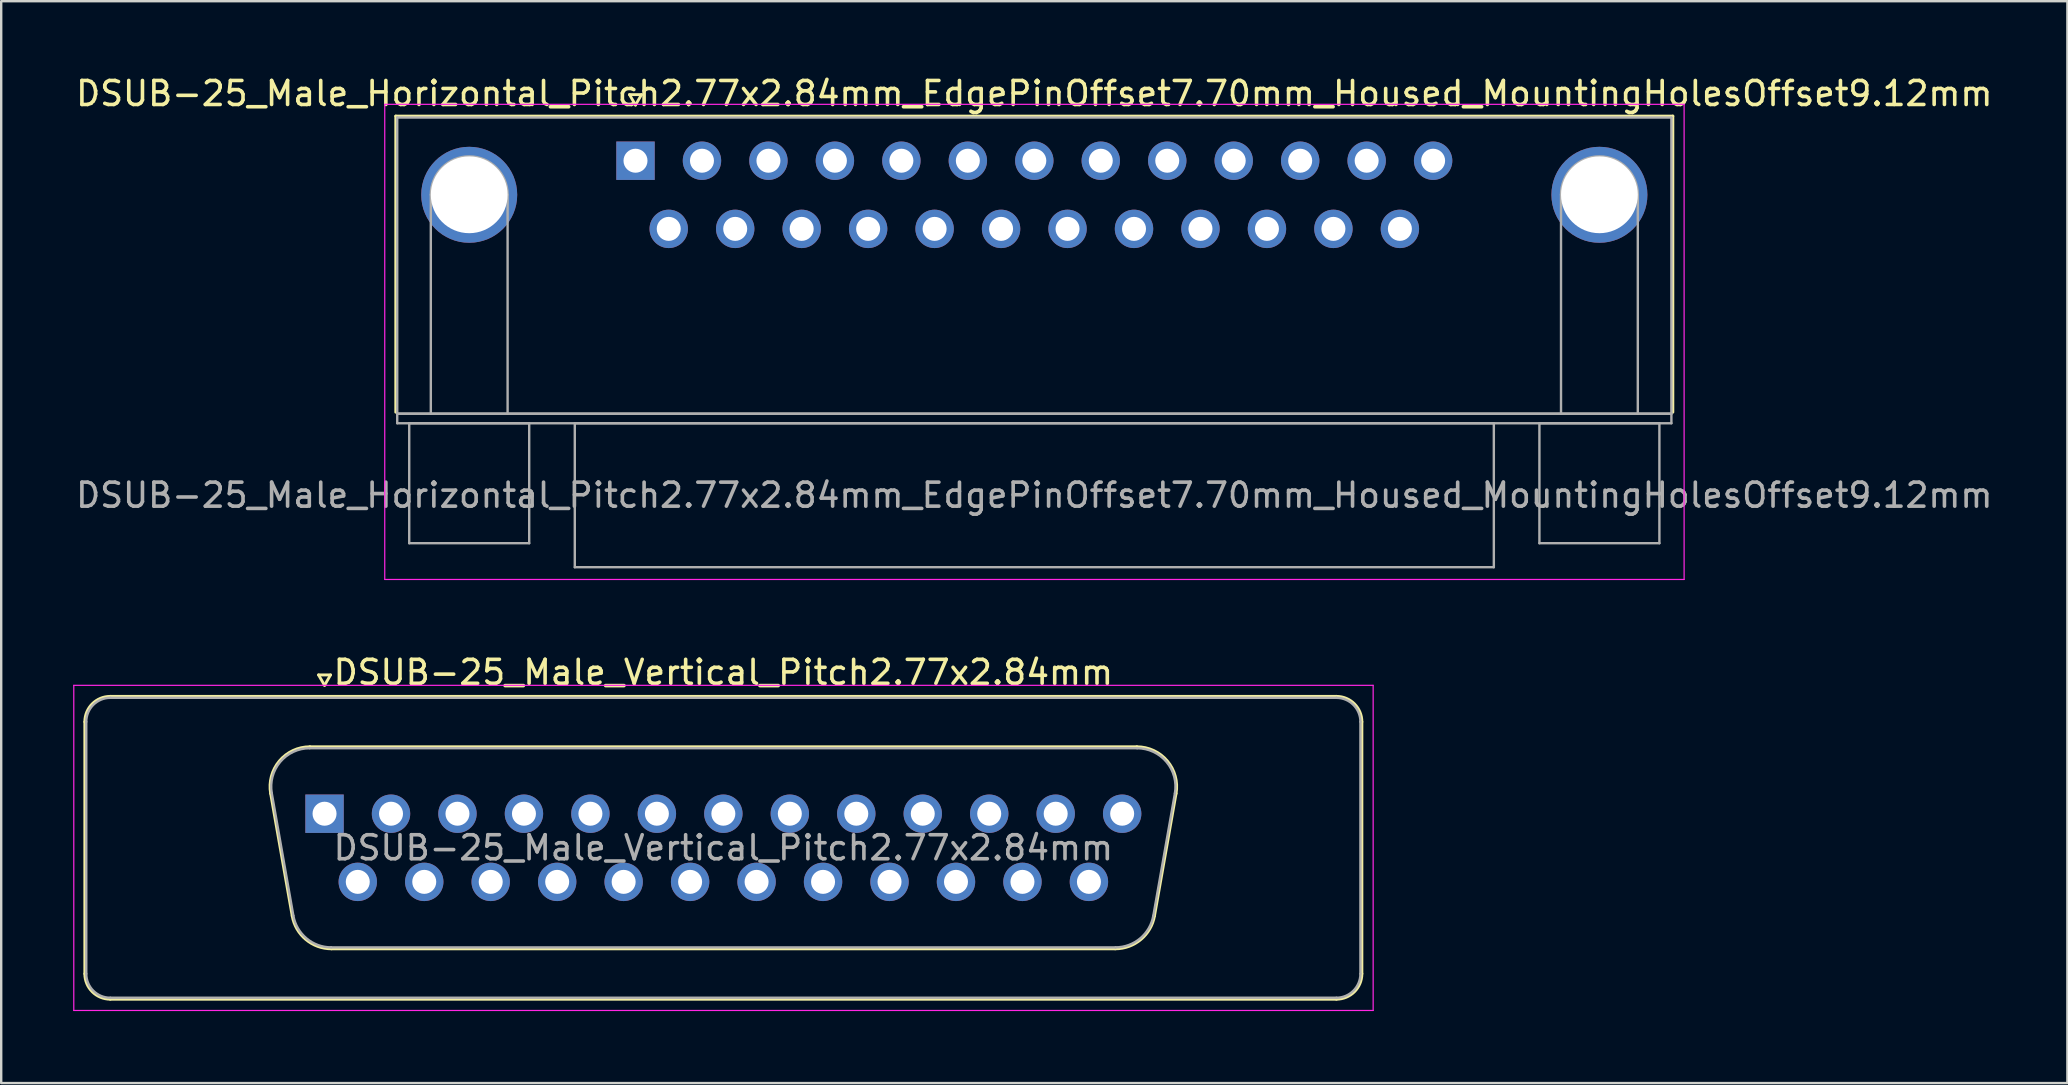
<source format=kicad_pcb>
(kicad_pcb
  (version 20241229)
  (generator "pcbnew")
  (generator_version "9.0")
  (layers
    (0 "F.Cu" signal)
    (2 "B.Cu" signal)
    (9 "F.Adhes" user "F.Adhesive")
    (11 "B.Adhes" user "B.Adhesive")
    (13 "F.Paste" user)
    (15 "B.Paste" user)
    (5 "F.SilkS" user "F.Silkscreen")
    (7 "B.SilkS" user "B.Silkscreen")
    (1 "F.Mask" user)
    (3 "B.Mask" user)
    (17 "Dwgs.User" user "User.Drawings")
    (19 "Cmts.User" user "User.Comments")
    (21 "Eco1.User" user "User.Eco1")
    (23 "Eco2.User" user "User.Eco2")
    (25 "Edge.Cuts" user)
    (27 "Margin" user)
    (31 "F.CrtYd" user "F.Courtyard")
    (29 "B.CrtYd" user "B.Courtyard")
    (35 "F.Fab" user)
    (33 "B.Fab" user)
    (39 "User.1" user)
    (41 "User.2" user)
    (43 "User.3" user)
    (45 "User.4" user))
  (footprint "DSUB-25_Male_Vertical_Pitch2.77x2.84mm"
    (layer "F.Cu")
    (at 10.475 30.861)
    (property "Reference" "DSUB-25_Male_Vertical_Pitch2.77x2.84mm" (at 16.62 -5.89 0) (layer "F.SilkS") (effects (font (size 1 1) (thickness 0.15))))
    (attr through_hole)
    (fp_line (start -9.99 6.67) (end -9.99 -3.83) (stroke (width 0.12) (type solid)) (layer "F.SilkS"))
    (fp_line (start -8.93 -4.89) (end 42.17 -4.89) (stroke (width 0.12) (type solid)) (layer "F.SilkS"))
    (fp_line (start -2.246 -0.842) (end -1.347 4.258) (stroke (width 0.12) (type solid)) (layer "F.SilkS"))
    (fp_line (start -0.612 -2.79) (end 33.852 -2.79) (stroke (width 0.12) (type solid)) (layer "F.SilkS"))
    (fp_line (start -0.25 -5.784) (end 0.25 -5.784) (stroke (width 0.12) (type solid)) (layer "F.SilkS"))
    (fp_line (start 0 -5.351) (end -0.25 -5.784) (stroke (width 0.12) (type solid)) (layer "F.SilkS"))
    (fp_line (start 0.25 -5.784) (end 0 -5.351) (stroke (width 0.12) (type solid)) (layer "F.SilkS"))
    (fp_line (start 0.288 5.63) (end 32.952 5.63) (stroke (width 0.12) (type solid)) (layer "F.SilkS"))
    (fp_line (start 35.486 -0.842) (end 34.587 4.258) (stroke (width 0.12) (type solid)) (layer "F.SilkS"))
    (fp_line (start 42.17 7.73) (end -8.93 7.73) (stroke (width 0.12) (type solid)) (layer "F.SilkS"))
    (fp_line (start 43.23 -3.83) (end 43.23 6.67) (stroke (width 0.12) (type solid)) (layer "F.SilkS"))
    (fp_arc (start -9.99 -3.83) (mid -9.679533 -4.579533) (end -8.93 -4.89) (stroke (width 0.12) (type solid)) (layer "F.SilkS"))
    (fp_arc (start -8.93 7.73) (mid -9.679533 7.419533) (end -9.99 6.67) (stroke (width 0.12) (type solid)) (layer "F.SilkS"))
    (fp_arc (start -2.24647 -0.841744) (mid -1.883323 -2.197028) (end -0.611689 -2.79) (stroke (width 0.12) (type solid)) (layer "F.SilkS"))
    (fp_arc (start 0.287579 5.63) (mid -0.779448 5.241634) (end -1.347202 4.258256) (stroke (width 0.12) (type solid)) (layer "F.SilkS"))
    (fp_arc (start 33.851689 -2.79) (mid 35.123323 -2.197027) (end 35.48647 -0.841744) (stroke (width 0.12) (type solid)) (layer "F.SilkS"))
    (fp_arc (start 34.587202 4.258256) (mid 34.019449 5.241634) (end 32.952421 5.63) (stroke (width 0.12) (type solid)) (layer "F.SilkS"))
    (fp_arc (start 42.17 -4.89) (mid 42.919533 -4.579533) (end 43.23 -3.83) (stroke (width 0.12) (type solid)) (layer "F.SilkS"))
    (fp_arc (start 43.23 6.67) (mid 42.919533 7.419533) (end 42.17 7.73) (stroke (width 0.12) (type solid)) (layer "F.SilkS"))
    (fp_line (start -10.45 -5.35) (end -10.45 8.2) (stroke (width 0.05) (type solid)) (layer "F.CrtYd"))
    (fp_line (start -10.45 8.2) (end 43.7 8.2) (stroke (width 0.05) (type solid)) (layer "F.CrtYd"))
    (fp_line (start 43.7 -5.35) (end -10.45 -5.35) (stroke (width 0.05) (type solid)) (layer "F.CrtYd"))
    (fp_line (start 43.7 8.2) (end 43.7 -5.35) (stroke (width 0.05) (type solid)) (layer "F.CrtYd"))
    (fp_line (start -9.93 6.67) (end -9.93 -3.83) (stroke (width 0.1) (type solid)) (layer "F.Fab"))
    (fp_line (start -8.93 -4.83) (end 42.17 -4.83) (stroke (width 0.1) (type solid)) (layer "F.Fab"))
    (fp_line (start -2.199 -0.852) (end -1.3 4.248) (stroke (width 0.1) (type solid)) (layer "F.Fab"))
    (fp_line (start -0.623 -2.73) (end 33.863 -2.73) (stroke (width 0.1) (type solid)) (layer "F.Fab"))
    (fp_line (start 0.276 5.57) (end 32.964 5.57) (stroke (width 0.1) (type solid)) (layer "F.Fab"))
    (fp_line (start 35.439 -0.852) (end 34.54 4.248) (stroke (width 0.1) (type solid)) (layer "F.Fab"))
    (fp_line (start 42.17 7.67) (end -8.93 7.67) (stroke (width 0.1) (type solid)) (layer "F.Fab"))
    (fp_line (start 43.17 -3.83) (end 43.17 6.67) (stroke (width 0.1) (type solid)) (layer "F.Fab"))
    (fp_arc (start -9.93 -3.83) (mid -9.637107 -4.537107) (end -8.93 -4.83) (stroke (width 0.1) (type solid)) (layer "F.Fab"))
    (fp_arc (start -8.93 7.67) (mid -9.637107 7.377107) (end -9.93 6.67) (stroke (width 0.1) (type solid)) (layer "F.Fab"))
    (fp_arc (start -2.198886 -0.852163) (mid -1.848865 -2.15846) (end -0.623194 -2.73) (stroke (width 0.1) (type solid)) (layer "F.Fab"))
    (fp_arc (start 0.276073 5.57) (mid -0.752387 5.195671) (end -1.299619 4.247837) (stroke (width 0.1) (type solid)) (layer "F.Fab"))
    (fp_arc (start 33.863194 -2.73) (mid 35.088865 -2.15846) (end 35.438886 -0.852163) (stroke (width 0.1) (type solid)) (layer "F.Fab"))
    (fp_arc (start 34.539619 4.247837) (mid 33.992387 5.195671) (end 32.963927 5.57) (stroke (width 0.1) (type solid)) (layer "F.Fab"))
    (fp_arc (start 42.17 -4.83) (mid 42.877107 -4.537107) (end 43.17 -3.83) (stroke (width 0.1) (type solid)) (layer "F.Fab"))
    (fp_arc (start 43.17 6.67) (mid 42.877107 7.377107) (end 42.17 7.67) (stroke (width 0.1) (type solid)) (layer "F.Fab"))
    (fp_text user "${REFERENCE}" (at 16.62 1.42 0) (layer "F.Fab") (effects (font (size 1 1) (thickness 0.15))))
    (pad "1" thru_hole rect (at 0 0) (size 1.6 1.6) (drill 1) (layers "*.Cu" "*.Mask"))
    (pad "2" thru_hole circle (at 2.77 0) (size 1.6 1.6) (drill 1) (layers "*.Cu" "*.Mask"))
    (pad "3" thru_hole circle (at 5.54 0) (size 1.6 1.6) (drill 1) (layers "*.Cu" "*.Mask"))
    (pad "4" thru_hole circle (at 8.31 0) (size 1.6 1.6) (drill 1) (layers "*.Cu" "*.Mask"))
    (pad "5" thru_hole circle (at 11.08 0) (size 1.6 1.6) (drill 1) (layers "*.Cu" "*.Mask"))
    (pad "6" thru_hole circle (at 13.85 0) (size 1.6 1.6) (drill 1) (layers "*.Cu" "*.Mask"))
    (pad "7" thru_hole circle (at 16.62 0) (size 1.6 1.6) (drill 1) (layers "*.Cu" "*.Mask"))
    (pad "8" thru_hole circle (at 19.39 0) (size 1.6 1.6) (drill 1) (layers "*.Cu" "*.Mask"))
    (pad "9" thru_hole circle (at 22.16 0) (size 1.6 1.6) (drill 1) (layers "*.Cu" "*.Mask"))
    (pad "10" thru_hole circle (at 24.93 0) (size 1.6 1.6) (drill 1) (layers "*.Cu" "*.Mask"))
    (pad "11" thru_hole circle (at 27.7 0) (size 1.6 1.6) (drill 1) (layers "*.Cu" "*.Mask"))
    (pad "12" thru_hole circle (at 30.47 0) (size 1.6 1.6) (drill 1) (layers "*.Cu" "*.Mask"))
    (pad "13" thru_hole circle (at 33.24 0) (size 1.6 1.6) (drill 1) (layers "*.Cu" "*.Mask"))
    (pad "14" thru_hole circle (at 1.385 2.84) (size 1.6 1.6) (drill 1) (layers "*.Cu" "*.Mask"))
    (pad "15" thru_hole circle (at 4.155 2.84) (size 1.6 1.6) (drill 1) (layers "*.Cu" "*.Mask"))
    (pad "16" thru_hole circle (at 6.925 2.84) (size 1.6 1.6) (drill 1) (layers "*.Cu" "*.Mask"))
    (pad "17" thru_hole circle (at 9.695 2.84) (size 1.6 1.6) (drill 1) (layers "*.Cu" "*.Mask"))
    (pad "18" thru_hole circle (at 12.465 2.84) (size 1.6 1.6) (drill 1) (layers "*.Cu" "*.Mask"))
    (pad "19" thru_hole circle (at 15.235 2.84) (size 1.6 1.6) (drill 1) (layers "*.Cu" "*.Mask"))
    (pad "20" thru_hole circle (at 18.005 2.84) (size 1.6 1.6) (drill 1) (layers "*.Cu" "*.Mask"))
    (pad "21" thru_hole circle (at 20.775 2.84) (size 1.6 1.6) (drill 1) (layers "*.Cu" "*.Mask"))
    (pad "22" thru_hole circle (at 23.545 2.84) (size 1.6 1.6) (drill 1) (layers "*.Cu" "*.Mask"))
    (pad "23" thru_hole circle (at 26.315 2.84) (size 1.6 1.6) (drill 1) (layers "*.Cu" "*.Mask"))
    (pad "24" thru_hole circle (at 29.085 2.84) (size 1.6 1.6) (drill 1) (layers "*.Cu" "*.Mask"))
    (pad "25" thru_hole circle (at 31.855 2.84) (size 1.6 1.6) (drill 1) (layers "*.Cu" "*.Mask")))
  (footprint "DSUB-25_Male_Horizontal_Pitch2.77x2.84mm_EdgePinOffset7.70mm_Housed_MountingHolesOffset9.12mm"
    (layer "F.Cu")
    (at 23.434 3.648)
    (property "Reference" "DSUB-25_Male_Horizontal_Pitch2.77x2.84mm_EdgePinOffset7.70mm_Housed_MountingHolesOffset9.12mm" (at 16.62 -2.8 0) (layer "F.SilkS") (effects (font (size 1 1) (thickness 0.15))))
    (attr through_hole)
    (fp_line (start -9.99 -1.86) (end 43.23 -1.86) (stroke (width 0.12) (type solid)) (layer "F.SilkS"))
    (fp_line (start -9.99 10.48) (end -9.99 -1.86) (stroke (width 0.12) (type solid)) (layer "F.SilkS"))
    (fp_line (start -0.25 -2.754) (end 0.25 -2.754) (stroke (width 0.12) (type solid)) (layer "F.SilkS"))
    (fp_line (start 0 -2.321) (end -0.25 -2.754) (stroke (width 0.12) (type solid)) (layer "F.SilkS"))
    (fp_line (start 0.25 -2.754) (end 0 -2.321) (stroke (width 0.12) (type solid)) (layer "F.SilkS"))
    (fp_line (start 43.23 -1.86) (end 43.23 10.48) (stroke (width 0.12) (type solid)) (layer "F.SilkS"))
    (fp_line (start -10.45 -2.35) (end -10.45 17.45) (stroke (width 0.05) (type solid)) (layer "F.CrtYd"))
    (fp_line (start -10.45 17.45) (end 43.7 17.45) (stroke (width 0.05) (type solid)) (layer "F.CrtYd"))
    (fp_line (start 43.7 -2.35) (end -10.45 -2.35) (stroke (width 0.05) (type solid)) (layer "F.CrtYd"))
    (fp_line (start 43.7 17.45) (end 43.7 -2.35) (stroke (width 0.05) (type solid)) (layer "F.CrtYd"))
    (fp_line (start -9.93 -1.8) (end -9.93 10.54) (stroke (width 0.1) (type solid)) (layer "F.Fab"))
    (fp_line (start -9.93 10.54) (end -9.93 10.94) (stroke (width 0.1) (type solid)) (layer "F.Fab"))
    (fp_line (start -9.93 10.54) (end 43.17 10.54) (stroke (width 0.1) (type solid)) (layer "F.Fab"))
    (fp_line (start -9.93 10.94) (end 43.17 10.94) (stroke (width 0.1) (type solid)) (layer "F.Fab"))
    (fp_line (start -9.43 10.94) (end -9.43 15.94) (stroke (width 0.1) (type solid)) (layer "F.Fab"))
    (fp_line (start -9.43 15.94) (end -4.43 15.94) (stroke (width 0.1) (type solid)) (layer "F.Fab"))
    (fp_line (start -8.53 10.54) (end -8.53 1.42) (stroke (width 0.1) (type solid)) (layer "F.Fab"))
    (fp_line (start -5.33 10.54) (end -5.33 1.42) (stroke (width 0.1) (type solid)) (layer "F.Fab"))
    (fp_line (start -4.43 10.94) (end -9.43 10.94) (stroke (width 0.1) (type solid)) (layer "F.Fab"))
    (fp_line (start -4.43 15.94) (end -4.43 10.94) (stroke (width 0.1) (type solid)) (layer "F.Fab"))
    (fp_line (start -2.53 10.94) (end -2.53 16.94) (stroke (width 0.1) (type solid)) (layer "F.Fab"))
    (fp_line (start -2.53 16.94) (end 35.77 16.94) (stroke (width 0.1) (type solid)) (layer "F.Fab"))
    (fp_line (start 35.77 10.94) (end -2.53 10.94) (stroke (width 0.1) (type solid)) (layer "F.Fab"))
    (fp_line (start 35.77 16.94) (end 35.77 10.94) (stroke (width 0.1) (type solid)) (layer "F.Fab"))
    (fp_line (start 37.67 10.94) (end 37.67 15.94) (stroke (width 0.1) (type solid)) (layer "F.Fab"))
    (fp_line (start 37.67 15.94) (end 42.67 15.94) (stroke (width 0.1) (type solid)) (layer "F.Fab"))
    (fp_line (start 38.57 10.54) (end 38.57 1.42) (stroke (width 0.1) (type solid)) (layer "F.Fab"))
    (fp_line (start 41.77 10.54) (end 41.77 1.42) (stroke (width 0.1) (type solid)) (layer "F.Fab"))
    (fp_line (start 42.67 10.94) (end 37.67 10.94) (stroke (width 0.1) (type solid)) (layer "F.Fab"))
    (fp_line (start 42.67 15.94) (end 42.67 10.94) (stroke (width 0.1) (type solid)) (layer "F.Fab"))
    (fp_line (start 43.17 -1.8) (end -9.93 -1.8) (stroke (width 0.1) (type solid)) (layer "F.Fab"))
    (fp_line (start 43.17 10.54) (end -9.93 10.54) (stroke (width 0.1) (type solid)) (layer "F.Fab"))
    (fp_line (start 43.17 10.54) (end 43.17 -1.8) (stroke (width 0.1) (type solid)) (layer "F.Fab"))
    (fp_line (start 43.17 10.94) (end 43.17 10.54) (stroke (width 0.1) (type solid)) (layer "F.Fab"))
    (fp_arc (start -8.53 1.42) (mid -6.93 -0.18) (end -5.33 1.42) (stroke (width 0.1) (type solid)) (layer "F.Fab"))
    (fp_arc (start 38.57 1.42) (mid 40.17 -0.18) (end 41.77 1.42) (stroke (width 0.1) (type solid)) (layer "F.Fab"))
    (fp_text user "${REFERENCE}" (at 16.62 13.94 0) (layer "F.Fab") (effects (font (size 1 1) (thickness 0.15))))
    (pad "0" thru_hole circle (at -6.93 1.42) (size 4 4) (drill 3.2) (layers "*.Cu" "*.Mask"))
    (pad "0" thru_hole circle (at 40.17 1.42) (size 4 4) (drill 3.2) (layers "*.Cu" "*.Mask"))
    (pad "1" thru_hole rect (at 0 0) (size 1.6 1.6) (drill 1) (layers "*.Cu" "*.Mask"))
    (pad "2" thru_hole circle (at 2.77 0) (size 1.6 1.6) (drill 1) (layers "*.Cu" "*.Mask"))
    (pad "3" thru_hole circle (at 5.54 0) (size 1.6 1.6) (drill 1) (layers "*.Cu" "*.Mask"))
    (pad "4" thru_hole circle (at 8.31 0) (size 1.6 1.6) (drill 1) (layers "*.Cu" "*.Mask"))
    (pad "5" thru_hole circle (at 11.08 0) (size 1.6 1.6) (drill 1) (layers "*.Cu" "*.Mask"))
    (pad "6" thru_hole circle (at 13.85 0) (size 1.6 1.6) (drill 1) (layers "*.Cu" "*.Mask"))
    (pad "7" thru_hole circle (at 16.62 0) (size 1.6 1.6) (drill 1) (layers "*.Cu" "*.Mask"))
    (pad "8" thru_hole circle (at 19.39 0) (size 1.6 1.6) (drill 1) (layers "*.Cu" "*.Mask"))
    (pad "9" thru_hole circle (at 22.16 0) (size 1.6 1.6) (drill 1) (layers "*.Cu" "*.Mask"))
    (pad "10" thru_hole circle (at 24.93 0) (size 1.6 1.6) (drill 1) (layers "*.Cu" "*.Mask"))
    (pad "11" thru_hole circle (at 27.7 0) (size 1.6 1.6) (drill 1) (layers "*.Cu" "*.Mask"))
    (pad "12" thru_hole circle (at 30.47 0) (size 1.6 1.6) (drill 1) (layers "*.Cu" "*.Mask"))
    (pad "13" thru_hole circle (at 33.24 0) (size 1.6 1.6) (drill 1) (layers "*.Cu" "*.Mask"))
    (pad "14" thru_hole circle (at 1.385 2.84) (size 1.6 1.6) (drill 1) (layers "*.Cu" "*.Mask"))
    (pad "15" thru_hole circle (at 4.155 2.84) (size 1.6 1.6) (drill 1) (layers "*.Cu" "*.Mask"))
    (pad "16" thru_hole circle (at 6.925 2.84) (size 1.6 1.6) (drill 1) (layers "*.Cu" "*.Mask"))
    (pad "17" thru_hole circle (at 9.695 2.84) (size 1.6 1.6) (drill 1) (layers "*.Cu" "*.Mask"))
    (pad "18" thru_hole circle (at 12.465 2.84) (size 1.6 1.6) (drill 1) (layers "*.Cu" "*.Mask"))
    (pad "19" thru_hole circle (at 15.235 2.84) (size 1.6 1.6) (drill 1) (layers "*.Cu" "*.Mask"))
    (pad "20" thru_hole circle (at 18.005 2.84) (size 1.6 1.6) (drill 1) (layers "*.Cu" "*.Mask"))
    (pad "21" thru_hole circle (at 20.775 2.84) (size 1.6 1.6) (drill 1) (layers "*.Cu" "*.Mask"))
    (pad "22" thru_hole circle (at 23.545 2.84) (size 1.6 1.6) (drill 1) (layers "*.Cu" "*.Mask"))
    (pad "23" thru_hole circle (at 26.315 2.84) (size 1.6 1.6) (drill 1) (layers "*.Cu" "*.Mask"))
    (pad "24" thru_hole circle (at 29.085 2.84) (size 1.6 1.6) (drill 1) (layers "*.Cu" "*.Mask"))
    (pad "25" thru_hole circle (at 31.855 2.84) (size 1.6 1.6) (drill 1) (layers "*.Cu" "*.Mask")))
  (gr_rect
    (start -3 -3)
    (end 83.107 42.087)
    (stroke (width 0.1) (type default))
    (fill no)
    (layer "Edge.Cuts")))
</source>
